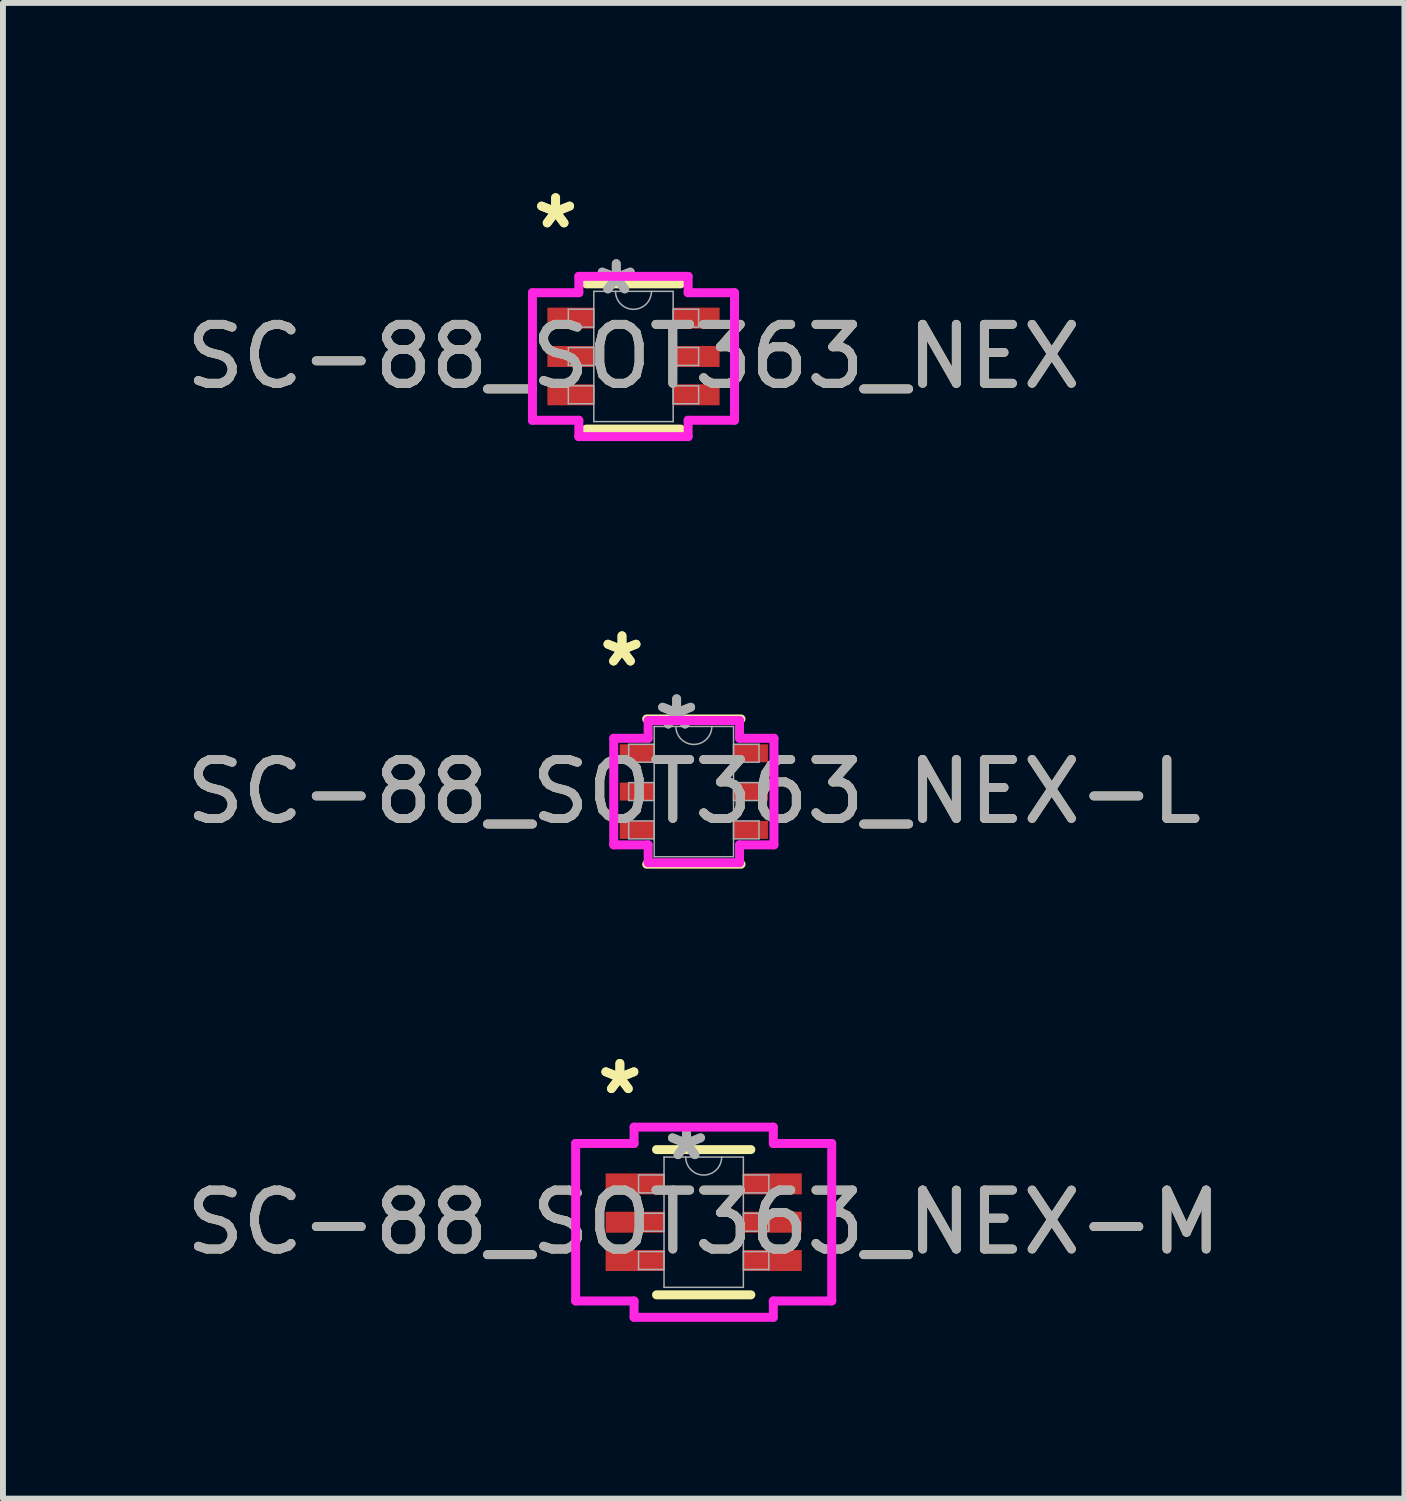
<source format=kicad_pcb>
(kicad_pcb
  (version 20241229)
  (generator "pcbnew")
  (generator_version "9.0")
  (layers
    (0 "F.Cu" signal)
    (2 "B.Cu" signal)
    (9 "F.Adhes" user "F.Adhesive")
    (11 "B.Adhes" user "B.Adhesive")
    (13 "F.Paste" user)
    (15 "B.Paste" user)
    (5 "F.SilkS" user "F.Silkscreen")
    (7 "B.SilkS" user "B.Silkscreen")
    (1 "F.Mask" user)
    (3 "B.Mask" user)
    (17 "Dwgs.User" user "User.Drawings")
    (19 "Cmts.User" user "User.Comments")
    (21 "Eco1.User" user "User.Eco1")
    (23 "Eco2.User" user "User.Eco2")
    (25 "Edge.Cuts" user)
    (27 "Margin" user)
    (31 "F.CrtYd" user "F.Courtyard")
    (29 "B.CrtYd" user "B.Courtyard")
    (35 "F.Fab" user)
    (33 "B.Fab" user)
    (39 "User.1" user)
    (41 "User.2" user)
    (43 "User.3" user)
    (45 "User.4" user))
  (footprint "SC-88_SOT363_NEX-L"
    (layer "F.Cu")
    (at 8.72 10.378)
    (property "Reference" "SC-88_SOT363_NEX-L" (at 0 0 0) (unlocked yes) (layer "F.SilkS") (effects (font (size 1 1) (thickness 0.15))))
    (attr smd)
    (fp_line (start -0.8 1.232) (end 0.8 1.232) (stroke (width 0.152) (type solid)) (layer "F.SilkS"))
    (fp_line (start 0.8 -1.232) (end -0.8 -1.232) (stroke (width 0.152) (type solid)) (layer "F.SilkS"))
    (fp_line (start -1.359 -0.904) (end -0.775 -0.904) (stroke (width 0.152) (type solid)) (layer "F.CrtYd"))
    (fp_line (start -1.359 0.904) (end -1.359 -0.904) (stroke (width 0.152) (type solid)) (layer "F.CrtYd"))
    (fp_line (start -1.359 0.904) (end -0.775 0.904) (stroke (width 0.152) (type solid)) (layer "F.CrtYd"))
    (fp_line (start -0.775 -1.206) (end 0.775 -1.206) (stroke (width 0.152) (type solid)) (layer "F.CrtYd"))
    (fp_line (start -0.775 -0.904) (end -0.775 -1.206) (stroke (width 0.152) (type solid)) (layer "F.CrtYd"))
    (fp_line (start -0.775 1.206) (end -0.775 0.904) (stroke (width 0.152) (type solid)) (layer "F.CrtYd"))
    (fp_line (start 0.775 -1.206) (end 0.775 -0.904) (stroke (width 0.152) (type solid)) (layer "F.CrtYd"))
    (fp_line (start 0.775 0.904) (end 0.775 1.206) (stroke (width 0.152) (type solid)) (layer "F.CrtYd"))
    (fp_line (start 0.775 1.206) (end -0.775 1.206) (stroke (width 0.152) (type solid)) (layer "F.CrtYd"))
    (fp_line (start 1.359 -0.904) (end 0.775 -0.904) (stroke (width 0.152) (type solid)) (layer "F.CrtYd"))
    (fp_line (start 1.359 -0.904) (end 1.359 0.904) (stroke (width 0.152) (type solid)) (layer "F.CrtYd"))
    (fp_line (start 1.359 0.904) (end 0.775 0.904) (stroke (width 0.152) (type solid)) (layer "F.CrtYd"))
    (fp_line (start -1.105 -0.802) (end -1.105 -0.498) (stroke (width 0.025) (type solid)) (layer "F.Fab"))
    (fp_line (start -1.105 -0.498) (end -0.673 -0.498) (stroke (width 0.025) (type solid)) (layer "F.Fab"))
    (fp_line (start -1.105 -0.152) (end -1.105 0.152) (stroke (width 0.025) (type solid)) (layer "F.Fab"))
    (fp_line (start -1.105 0.152) (end -0.673 0.152) (stroke (width 0.025) (type solid)) (layer "F.Fab"))
    (fp_line (start -1.105 0.498) (end -1.105 0.802) (stroke (width 0.025) (type solid)) (layer "F.Fab"))
    (fp_line (start -1.105 0.802) (end -0.673 0.802) (stroke (width 0.025) (type solid)) (layer "F.Fab"))
    (fp_line (start -0.673 -1.105) (end -0.673 1.105) (stroke (width 0.025) (type solid)) (layer "F.Fab"))
    (fp_line (start -0.673 -0.802) (end -1.105 -0.802) (stroke (width 0.025) (type solid)) (layer "F.Fab"))
    (fp_line (start -0.673 -0.498) (end -0.673 -0.802) (stroke (width 0.025) (type solid)) (layer "F.Fab"))
    (fp_line (start -0.673 -0.152) (end -1.105 -0.152) (stroke (width 0.025) (type solid)) (layer "F.Fab"))
    (fp_line (start -0.673 0.152) (end -0.673 -0.152) (stroke (width 0.025) (type solid)) (layer "F.Fab"))
    (fp_line (start -0.673 0.498) (end -1.105 0.498) (stroke (width 0.025) (type solid)) (layer "F.Fab"))
    (fp_line (start -0.673 0.802) (end -0.673 0.498) (stroke (width 0.025) (type solid)) (layer "F.Fab"))
    (fp_line (start -0.673 1.105) (end 0.673 1.105) (stroke (width 0.025) (type solid)) (layer "F.Fab"))
    (fp_line (start 0.673 -1.105) (end -0.673 -1.105) (stroke (width 0.025) (type solid)) (layer "F.Fab"))
    (fp_line (start 0.673 -0.802) (end 0.673 -0.498) (stroke (width 0.025) (type solid)) (layer "F.Fab"))
    (fp_line (start 0.673 -0.498) (end 1.105 -0.498) (stroke (width 0.025) (type solid)) (layer "F.Fab"))
    (fp_line (start 0.673 -0.152) (end 0.673 0.152) (stroke (width 0.025) (type solid)) (layer "F.Fab"))
    (fp_line (start 0.673 0.152) (end 1.105 0.152) (stroke (width 0.025) (type solid)) (layer "F.Fab"))
    (fp_line (start 0.673 0.498) (end 0.673 0.802) (stroke (width 0.025) (type solid)) (layer "F.Fab"))
    (fp_line (start 0.673 0.802) (end 1.105 0.802) (stroke (width 0.025) (type solid)) (layer "F.Fab"))
    (fp_line (start 0.673 1.105) (end 0.673 -1.105) (stroke (width 0.025) (type solid)) (layer "F.Fab"))
    (fp_line (start 1.105 -0.802) (end 0.673 -0.802) (stroke (width 0.025) (type solid)) (layer "F.Fab"))
    (fp_line (start 1.105 -0.498) (end 1.105 -0.802) (stroke (width 0.025) (type solid)) (layer "F.Fab"))
    (fp_line (start 1.105 -0.152) (end 0.673 -0.152) (stroke (width 0.025) (type solid)) (layer "F.Fab"))
    (fp_line (start 1.105 0.152) (end 1.105 -0.152) (stroke (width 0.025) (type solid)) (layer "F.Fab"))
    (fp_line (start 1.105 0.498) (end 0.673 0.498) (stroke (width 0.025) (type solid)) (layer "F.Fab"))
    (fp_line (start 1.105 0.802) (end 1.105 0.498) (stroke (width 0.025) (type solid)) (layer "F.Fab"))
    (fp_arc (start 0.3048 -1.1049) (mid 0 -0.8001) (end -0.3048 -1.1049) (stroke (width 0.0254) (type solid)) (layer "F.Fab"))
    (fp_text user "*" (at -1.219 -2.098 0) (unlocked yes) (layer "F.SilkS") (effects (font (size 1 1) (thickness 0.15))))
    (fp_text user "*" (at -1.219 -2.098 0) (layer "F.SilkS") (effects (font (size 1 1) (thickness 0.15))))
    (fp_text user "*" (at -0.292 -1.029 0) (layer "F.Fab") (effects (font (size 1 1) (thickness 0.15))))
    (fp_text user "${REFERENCE}" (at 0 0 0) (unlocked yes) (layer "F.Fab") (effects (font (size 1 1) (thickness 0.15))))
    (fp_text user "*" (at -0.292 -1.029 0) (unlocked yes) (layer "F.Fab") (effects (font (size 1 1) (thickness 0.15))))
    (pad "1" smd rect (at -0.965 -0.65) (size 0.584 0.305) (layers "F.Cu" "F.Mask" "F.Paste"))
    (pad "2" smd rect (at -0.965 0) (size 0.584 0.305) (layers "F.Cu" "F.Mask" "F.Paste"))
    (pad "3" smd rect (at -0.965 0.65) (size 0.584 0.305) (layers "F.Cu" "F.Mask" "F.Paste"))
    (pad "4" smd rect (at 0.965 0.65) (size 0.584 0.305) (layers "F.Cu" "F.Mask" "F.Paste"))
    (pad "5" smd rect (at 0.965 0) (size 0.584 0.305) (layers "F.Cu" "F.Mask" "F.Paste"))
    (pad "6" smd rect (at 0.965 -0.65) (size 0.584 0.305) (layers "F.Cu" "F.Mask" "F.Paste")))
  (footprint "SC-88_SOT363_NEX"
    (layer "F.Cu")
    (at 7.696 2.997)
    (property "Reference" "SC-88_SOT363_NEX" (at 0 0 0) (unlocked yes) (layer "F.SilkS") (effects (font (size 1 1) (thickness 0.15))))
    (attr smd)
    (fp_line (start -0.8 1.232) (end 0.8 1.232) (stroke (width 0.152) (type solid)) (layer "F.SilkS"))
    (fp_line (start 0.8 -1.232) (end -0.8 -1.232) (stroke (width 0.152) (type solid)) (layer "F.SilkS"))
    (fp_line (start -1.714 -1.082) (end -0.927 -1.082) (stroke (width 0.152) (type solid)) (layer "F.CrtYd"))
    (fp_line (start -1.714 1.082) (end -1.714 -1.082) (stroke (width 0.152) (type solid)) (layer "F.CrtYd"))
    (fp_line (start -1.714 1.082) (end -0.927 1.082) (stroke (width 0.152) (type solid)) (layer "F.CrtYd"))
    (fp_line (start -0.927 -1.359) (end 0.927 -1.359) (stroke (width 0.152) (type solid)) (layer "F.CrtYd"))
    (fp_line (start -0.927 -1.082) (end -0.927 -1.359) (stroke (width 0.152) (type solid)) (layer "F.CrtYd"))
    (fp_line (start -0.927 1.359) (end -0.927 1.082) (stroke (width 0.152) (type solid)) (layer "F.CrtYd"))
    (fp_line (start 0.927 -1.359) (end 0.927 -1.082) (stroke (width 0.152) (type solid)) (layer "F.CrtYd"))
    (fp_line (start 0.927 1.082) (end 0.927 1.359) (stroke (width 0.152) (type solid)) (layer "F.CrtYd"))
    (fp_line (start 0.927 1.359) (end -0.927 1.359) (stroke (width 0.152) (type solid)) (layer "F.CrtYd"))
    (fp_line (start 1.714 -1.082) (end 0.927 -1.082) (stroke (width 0.152) (type solid)) (layer "F.CrtYd"))
    (fp_line (start 1.714 -1.082) (end 1.714 1.082) (stroke (width 0.152) (type solid)) (layer "F.CrtYd"))
    (fp_line (start 1.714 1.082) (end 0.927 1.082) (stroke (width 0.152) (type solid)) (layer "F.CrtYd"))
    (fp_line (start -1.105 -0.802) (end -1.105 -0.498) (stroke (width 0.025) (type solid)) (layer "F.Fab"))
    (fp_line (start -1.105 -0.498) (end -0.673 -0.498) (stroke (width 0.025) (type solid)) (layer "F.Fab"))
    (fp_line (start -1.105 -0.152) (end -1.105 0.152) (stroke (width 0.025) (type solid)) (layer "F.Fab"))
    (fp_line (start -1.105 0.152) (end -0.673 0.152) (stroke (width 0.025) (type solid)) (layer "F.Fab"))
    (fp_line (start -1.105 0.498) (end -1.105 0.802) (stroke (width 0.025) (type solid)) (layer "F.Fab"))
    (fp_line (start -1.105 0.802) (end -0.673 0.802) (stroke (width 0.025) (type solid)) (layer "F.Fab"))
    (fp_line (start -0.673 -1.105) (end -0.673 1.105) (stroke (width 0.025) (type solid)) (layer "F.Fab"))
    (fp_line (start -0.673 -0.802) (end -1.105 -0.802) (stroke (width 0.025) (type solid)) (layer "F.Fab"))
    (fp_line (start -0.673 -0.498) (end -0.673 -0.802) (stroke (width 0.025) (type solid)) (layer "F.Fab"))
    (fp_line (start -0.673 -0.152) (end -1.105 -0.152) (stroke (width 0.025) (type solid)) (layer "F.Fab"))
    (fp_line (start -0.673 0.152) (end -0.673 -0.152) (stroke (width 0.025) (type solid)) (layer "F.Fab"))
    (fp_line (start -0.673 0.498) (end -1.105 0.498) (stroke (width 0.025) (type solid)) (layer "F.Fab"))
    (fp_line (start -0.673 0.802) (end -0.673 0.498) (stroke (width 0.025) (type solid)) (layer "F.Fab"))
    (fp_line (start -0.673 1.105) (end 0.673 1.105) (stroke (width 0.025) (type solid)) (layer "F.Fab"))
    (fp_line (start 0.673 -1.105) (end -0.673 -1.105) (stroke (width 0.025) (type solid)) (layer "F.Fab"))
    (fp_line (start 0.673 -0.802) (end 0.673 -0.498) (stroke (width 0.025) (type solid)) (layer "F.Fab"))
    (fp_line (start 0.673 -0.498) (end 1.105 -0.498) (stroke (width 0.025) (type solid)) (layer "F.Fab"))
    (fp_line (start 0.673 -0.152) (end 0.673 0.152) (stroke (width 0.025) (type solid)) (layer "F.Fab"))
    (fp_line (start 0.673 0.152) (end 1.105 0.152) (stroke (width 0.025) (type solid)) (layer "F.Fab"))
    (fp_line (start 0.673 0.498) (end 0.673 0.802) (stroke (width 0.025) (type solid)) (layer "F.Fab"))
    (fp_line (start 0.673 0.802) (end 1.105 0.802) (stroke (width 0.025) (type solid)) (layer "F.Fab"))
    (fp_line (start 0.673 1.105) (end 0.673 -1.105) (stroke (width 0.025) (type solid)) (layer "F.Fab"))
    (fp_line (start 1.105 -0.802) (end 0.673 -0.802) (stroke (width 0.025) (type solid)) (layer "F.Fab"))
    (fp_line (start 1.105 -0.498) (end 1.105 -0.802) (stroke (width 0.025) (type solid)) (layer "F.Fab"))
    (fp_line (start 1.105 -0.152) (end 0.673 -0.152) (stroke (width 0.025) (type solid)) (layer "F.Fab"))
    (fp_line (start 1.105 0.152) (end 1.105 -0.152) (stroke (width 0.025) (type solid)) (layer "F.Fab"))
    (fp_line (start 1.105 0.498) (end 0.673 0.498) (stroke (width 0.025) (type solid)) (layer "F.Fab"))
    (fp_line (start 1.105 0.802) (end 1.105 0.498) (stroke (width 0.025) (type solid)) (layer "F.Fab"))
    (fp_arc (start 0.3048 -1.1049) (mid 0 -0.8001) (end -0.3048 -1.1049) (stroke (width 0.0254) (type solid)) (layer "F.Fab"))
    (fp_text user "*" (at -1.321 -2.149 0) (unlocked yes) (layer "F.SilkS") (effects (font (size 1 1) (thickness 0.15))))
    (fp_text user "*" (at -1.321 -2.149 0) (layer "F.SilkS") (effects (font (size 1 1) (thickness 0.15))))
    (fp_text user "${REFERENCE}" (at 0 0 0) (unlocked yes) (layer "F.Fab") (effects (font (size 1 1) (thickness 0.15))))
    (fp_text user "*" (at -0.292 -1.029 0) (unlocked yes) (layer "F.Fab") (effects (font (size 1 1) (thickness 0.15))))
    (fp_text user "*" (at -0.292 -1.029 0) (layer "F.Fab") (effects (font (size 1 1) (thickness 0.15))))
    (pad "1" smd rect (at -1.067 -0.65) (size 0.787 0.356) (layers "F.Cu" "F.Mask" "F.Paste"))
    (pad "2" smd rect (at -1.067 0) (size 0.787 0.356) (layers "F.Cu" "F.Mask" "F.Paste"))
    (pad "3" smd rect (at -1.067 0.65) (size 0.787 0.356) (layers "F.Cu" "F.Mask" "F.Paste"))
    (pad "4" smd rect (at 1.067 0.65) (size 0.787 0.356) (layers "F.Cu" "F.Mask" "F.Paste"))
    (pad "5" smd rect (at 1.067 0) (size 0.787 0.356) (layers "F.Cu" "F.Mask" "F.Paste"))
    (pad "6" smd rect (at 1.067 -0.65) (size 0.787 0.356) (layers "F.Cu" "F.Mask" "F.Paste")))
  (footprint "SC-88_SOT363_NEX-M"
    (layer "F.Cu")
    (at 8.887 17.683)
    (property "Reference" "SC-88_SOT363_NEX-M" (at 0 0 0) (unlocked yes) (layer "F.SilkS") (effects (font (size 1 1) (thickness 0.15))))
    (attr smd)
    (fp_line (start -0.8 1.232) (end 0.8 1.232) (stroke (width 0.152) (type solid)) (layer "F.SilkS"))
    (fp_line (start 0.8 -1.232) (end -0.8 -1.232) (stroke (width 0.152) (type solid)) (layer "F.SilkS"))
    (fp_line (start -2.172 -1.336) (end -1.181 -1.336) (stroke (width 0.152) (type solid)) (layer "F.CrtYd"))
    (fp_line (start -2.172 1.336) (end -2.172 -1.336) (stroke (width 0.152) (type solid)) (layer "F.CrtYd"))
    (fp_line (start -2.172 1.336) (end -1.181 1.336) (stroke (width 0.152) (type solid)) (layer "F.CrtYd"))
    (fp_line (start -1.181 -1.613) (end 1.181 -1.613) (stroke (width 0.152) (type solid)) (layer "F.CrtYd"))
    (fp_line (start -1.181 -1.336) (end -1.181 -1.613) (stroke (width 0.152) (type solid)) (layer "F.CrtYd"))
    (fp_line (start -1.181 1.613) (end -1.181 1.336) (stroke (width 0.152) (type solid)) (layer "F.CrtYd"))
    (fp_line (start 1.181 -1.613) (end 1.181 -1.336) (stroke (width 0.152) (type solid)) (layer "F.CrtYd"))
    (fp_line (start 1.181 1.336) (end 1.181 1.613) (stroke (width 0.152) (type solid)) (layer "F.CrtYd"))
    (fp_line (start 1.181 1.613) (end -1.181 1.613) (stroke (width 0.152) (type solid)) (layer "F.CrtYd"))
    (fp_line (start 2.172 -1.336) (end 1.181 -1.336) (stroke (width 0.152) (type solid)) (layer "F.CrtYd"))
    (fp_line (start 2.172 -1.336) (end 2.172 1.336) (stroke (width 0.152) (type solid)) (layer "F.CrtYd"))
    (fp_line (start 2.172 1.336) (end 1.181 1.336) (stroke (width 0.152) (type solid)) (layer "F.CrtYd"))
    (fp_line (start -1.105 -0.802) (end -1.105 -0.498) (stroke (width 0.025) (type solid)) (layer "F.Fab"))
    (fp_line (start -1.105 -0.498) (end -0.673 -0.498) (stroke (width 0.025) (type solid)) (layer "F.Fab"))
    (fp_line (start -1.105 -0.152) (end -1.105 0.152) (stroke (width 0.025) (type solid)) (layer "F.Fab"))
    (fp_line (start -1.105 0.152) (end -0.673 0.152) (stroke (width 0.025) (type solid)) (layer "F.Fab"))
    (fp_line (start -1.105 0.498) (end -1.105 0.802) (stroke (width 0.025) (type solid)) (layer "F.Fab"))
    (fp_line (start -1.105 0.802) (end -0.673 0.802) (stroke (width 0.025) (type solid)) (layer "F.Fab"))
    (fp_line (start -0.673 -1.105) (end -0.673 1.105) (stroke (width 0.025) (type solid)) (layer "F.Fab"))
    (fp_line (start -0.673 -0.802) (end -1.105 -0.802) (stroke (width 0.025) (type solid)) (layer "F.Fab"))
    (fp_line (start -0.673 -0.498) (end -0.673 -0.802) (stroke (width 0.025) (type solid)) (layer "F.Fab"))
    (fp_line (start -0.673 -0.152) (end -1.105 -0.152) (stroke (width 0.025) (type solid)) (layer "F.Fab"))
    (fp_line (start -0.673 0.152) (end -0.673 -0.152) (stroke (width 0.025) (type solid)) (layer "F.Fab"))
    (fp_line (start -0.673 0.498) (end -1.105 0.498) (stroke (width 0.025) (type solid)) (layer "F.Fab"))
    (fp_line (start -0.673 0.802) (end -0.673 0.498) (stroke (width 0.025) (type solid)) (layer "F.Fab"))
    (fp_line (start -0.673 1.105) (end 0.673 1.105) (stroke (width 0.025) (type solid)) (layer "F.Fab"))
    (fp_line (start 0.673 -1.105) (end -0.673 -1.105) (stroke (width 0.025) (type solid)) (layer "F.Fab"))
    (fp_line (start 0.673 -0.802) (end 0.673 -0.498) (stroke (width 0.025) (type solid)) (layer "F.Fab"))
    (fp_line (start 0.673 -0.498) (end 1.105 -0.498) (stroke (width 0.025) (type solid)) (layer "F.Fab"))
    (fp_line (start 0.673 -0.152) (end 0.673 0.152) (stroke (width 0.025) (type solid)) (layer "F.Fab"))
    (fp_line (start 0.673 0.152) (end 1.105 0.152) (stroke (width 0.025) (type solid)) (layer "F.Fab"))
    (fp_line (start 0.673 0.498) (end 0.673 0.802) (stroke (width 0.025) (type solid)) (layer "F.Fab"))
    (fp_line (start 0.673 0.802) (end 1.105 0.802) (stroke (width 0.025) (type solid)) (layer "F.Fab"))
    (fp_line (start 0.673 1.105) (end 0.673 -1.105) (stroke (width 0.025) (type solid)) (layer "F.Fab"))
    (fp_line (start 1.105 -0.802) (end 0.673 -0.802) (stroke (width 0.025) (type solid)) (layer "F.Fab"))
    (fp_line (start 1.105 -0.498) (end 1.105 -0.802) (stroke (width 0.025) (type solid)) (layer "F.Fab"))
    (fp_line (start 1.105 -0.152) (end 0.673 -0.152) (stroke (width 0.025) (type solid)) (layer "F.Fab"))
    (fp_line (start 1.105 0.152) (end 1.105 -0.152) (stroke (width 0.025) (type solid)) (layer "F.Fab"))
    (fp_line (start 1.105 0.498) (end 0.673 0.498) (stroke (width 0.025) (type solid)) (layer "F.Fab"))
    (fp_line (start 1.105 0.802) (end 1.105 0.498) (stroke (width 0.025) (type solid)) (layer "F.Fab"))
    (fp_arc (start 0.3048 -1.1049) (mid 0 -0.8001) (end -0.3048 -1.1049) (stroke (width 0.0254) (type solid)) (layer "F.Fab"))
    (fp_text user "*" (at -1.422 -2.149 0) (layer "F.SilkS") (effects (font (size 1 1) (thickness 0.15))))
    (fp_text user "*" (at -1.422 -2.149 0) (unlocked yes) (layer "F.SilkS") (effects (font (size 1 1) (thickness 0.15))))
    (fp_text user "*" (at -0.292 -1.029 0) (unlocked yes) (layer "F.Fab") (effects (font (size 1 1) (thickness 0.15))))
    (fp_text user "*" (at -0.292 -1.029 0) (layer "F.Fab") (effects (font (size 1 1) (thickness 0.15))))
    (fp_text user "${REFERENCE}" (at 0 0 0) (unlocked yes) (layer "F.Fab") (effects (font (size 1 1) (thickness 0.15))))
    (pad "1" smd rect (at -1.168 -0.65) (size 0.991 0.356) (layers "F.Cu" "F.Mask" "F.Paste"))
    (pad "2" smd rect (at -1.168 0) (size 0.991 0.356) (layers "F.Cu" "F.Mask" "F.Paste"))
    (pad "3" smd rect (at -1.168 0.65) (size 0.991 0.356) (layers "F.Cu" "F.Mask" "F.Paste"))
    (pad "4" smd rect (at 1.168 0.65) (size 0.991 0.356) (layers "F.Cu" "F.Mask" "F.Paste"))
    (pad "5" smd rect (at 1.168 0) (size 0.991 0.356) (layers "F.Cu" "F.Mask" "F.Paste"))
    (pad "6" smd rect (at 1.168 -0.65) (size 0.991 0.356) (layers "F.Cu" "F.Mask" "F.Paste")))
  (gr_rect
    (start -3 -3)
    (end 20.774 22.372)
    (stroke (width 0.1) (type default))
    (fill no)
    (layer "Edge.Cuts")))
</source>
